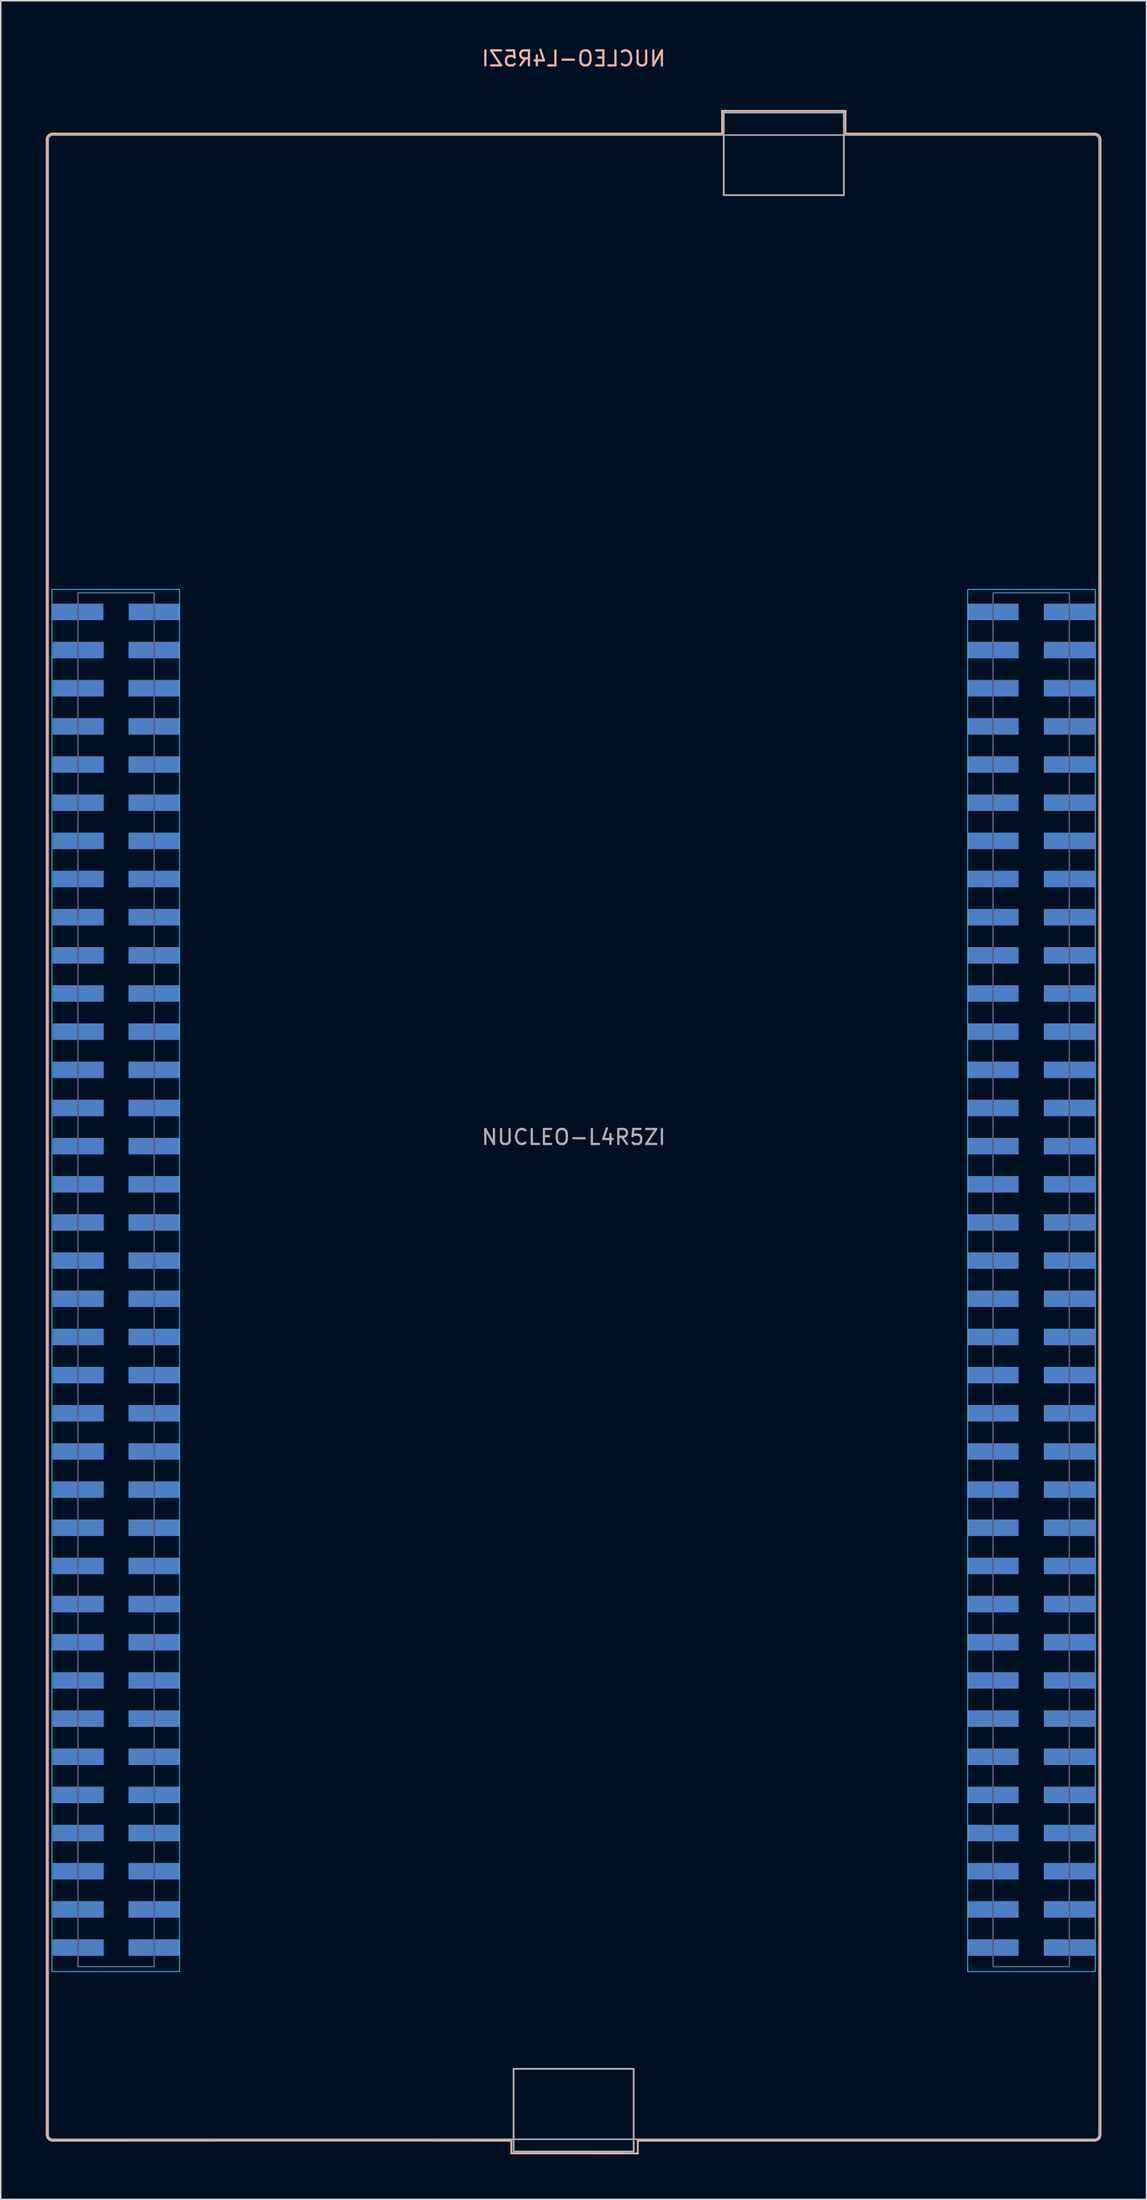
<source format=kicad_pcb>
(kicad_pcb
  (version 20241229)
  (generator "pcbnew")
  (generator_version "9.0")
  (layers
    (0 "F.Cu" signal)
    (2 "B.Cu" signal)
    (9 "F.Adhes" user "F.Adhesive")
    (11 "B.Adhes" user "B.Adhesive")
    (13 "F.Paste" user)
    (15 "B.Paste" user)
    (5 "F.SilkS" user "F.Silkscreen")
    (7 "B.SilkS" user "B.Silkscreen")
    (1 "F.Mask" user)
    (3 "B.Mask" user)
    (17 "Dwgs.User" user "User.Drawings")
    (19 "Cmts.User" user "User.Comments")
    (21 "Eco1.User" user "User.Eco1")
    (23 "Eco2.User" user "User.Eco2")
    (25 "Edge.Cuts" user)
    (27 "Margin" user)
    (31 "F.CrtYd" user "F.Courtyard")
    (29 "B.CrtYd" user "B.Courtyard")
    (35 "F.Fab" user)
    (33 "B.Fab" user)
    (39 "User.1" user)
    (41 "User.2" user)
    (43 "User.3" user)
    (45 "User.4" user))
  (footprint "NUCLEO-L4R5ZI"
    (layer "F.Cu")
    (at 3.41 37.678)
    (property "Reference" "NUCLEO-L4R5ZI" (at 31.75 -36.83 0) (layer "B.SilkS") (effects (font (size 1 1) (thickness 0.15)) (justify mirror)))
    (attr smd)
    (fp_line (start -3.35 -31.44) (end -3.35 101.36) (stroke (width 0.12) (type solid)) (layer "B.SilkS"))
    (fp_line (start 17.815 101.75) (end -2.95 101.76) (stroke (width 0.12) (type solid)) (layer "B.SilkS"))
    (fp_line (start 27.6 101.76) (end 17.815 101.75) (stroke (width 0.12) (type solid)) (layer "B.SilkS"))
    (fp_line (start 27.6 102.6) (end 27.6 101.8) (stroke (width 0.12) (type solid)) (layer "B.SilkS"))
    (fp_line (start 36 101.76) (end 66.45 101.76) (stroke (width 0.12) (type solid)) (layer "B.SilkS"))
    (fp_line (start 36.025 101.8) (end 36.025 102.603) (stroke (width 0.12) (type solid)) (layer "B.SilkS"))
    (fp_line (start 36.025 102.603) (end 27.6 102.6) (stroke (width 0.12) (type solid)) (layer "B.SilkS"))
    (fp_line (start 41.64 -33.35) (end 49.86 -33.35) (stroke (width 0.12) (type solid)) (layer "B.SilkS"))
    (fp_line (start 41.64 -31.84) (end -2.95 -31.84) (stroke (width 0.12) (type solid)) (layer "B.SilkS"))
    (fp_line (start 41.64 -31.84) (end 41.64 -33.35) (stroke (width 0.12) (type solid)) (layer "B.SilkS"))
    (fp_line (start 49.86 -33.35) (end 49.86 -31.84) (stroke (width 0.12) (type solid)) (layer "B.SilkS"))
    (fp_line (start 49.86 -31.84) (end 66.45 -31.84) (stroke (width 0.12) (type solid)) (layer "B.SilkS"))
    (fp_line (start 66.85 101.36) (end 66.85 -31.44) (stroke (width 0.12) (type solid)) (layer "B.SilkS"))
    (fp_arc (start -3.35 -31.44) (mid -3.232843 -31.722842) (end -2.95 -31.84) (stroke (width 0.12) (type solid)) (layer "B.SilkS"))
    (fp_arc (start -2.95 101.76) (mid -3.232842 101.642843) (end -3.35 101.36) (stroke (width 0.12) (type solid)) (layer "B.SilkS"))
    (fp_arc (start 66.45 -31.84) (mid 66.732842 -31.722843) (end 66.85 -31.44) (stroke (width 0.12) (type solid)) (layer "B.SilkS"))
    (fp_arc (start 66.85 101.36) (mid 66.732843 101.642842) (end 66.45 101.76) (stroke (width 0.12) (type solid)) (layer "B.SilkS"))
    (fp_rect (start -3 -1.5) (end 5.5 90.5) (stroke (width 0.05) (type default)) (fill no) (layer "B.CrtYd"))
    (fp_rect (start 58 -1.5) (end 66.5 90.5) (stroke (width 0.05) (type default)) (fill no) (layer "B.CrtYd"))
    (fp_rect (start -1.27 -1.27) (end 3.81 90.17) (stroke (width 0.1) (type default)) (fill no) (layer "B.Fab"))
    (fp_rect (start 59.69 -1.27) (end 64.77 90.17) (stroke (width 0.1) (type default)) (fill no) (layer "B.Fab"))
    (fp_line (start -3.25 101.36) (end -3.25 -31.44) (stroke (width 0.1) (type solid)) (layer "F.Fab"))
    (fp_line (start 27.75 102.475) (end 27.75 96.975) (stroke (width 0.12) (type solid)) (layer "F.Fab"))
    (fp_line (start 35.75 96.975) (end 27.75 96.975) (stroke (width 0.12) (type solid)) (layer "F.Fab"))
    (fp_line (start 35.75 96.975) (end 35.75 102.475) (stroke (width 0.12) (type solid)) (layer "F.Fab"))
    (fp_line (start 35.75 102.475) (end 27.75 102.475) (stroke (width 0.12) (type solid)) (layer "F.Fab"))
    (fp_line (start 41.75 -33.24) (end 49.75 -33.24) (stroke (width 0.12) (type solid)) (layer "F.Fab"))
    (fp_line (start 41.75 -27.74) (end 41.75 -33.24) (stroke (width 0.12) (type solid)) (layer "F.Fab"))
    (fp_line (start 41.75 -27.74) (end 49.75 -27.74) (stroke (width 0.12) (type solid)) (layer "F.Fab"))
    (fp_line (start 49.75 -33.24) (end 49.75 -27.74) (stroke (width 0.12) (type solid)) (layer "F.Fab"))
    (fp_line (start 66.45 -31.74) (end -2.95 -31.74) (stroke (width 0.1) (type solid)) (layer "F.Fab"))
    (fp_line (start 66.45 101.66) (end -2.95 101.66) (stroke (width 0.1) (type solid)) (layer "F.Fab"))
    (fp_line (start 66.75 101.36) (end 66.75 -31.44) (stroke (width 0.1) (type solid)) (layer "F.Fab"))
    (fp_arc (start -3.25 -31.44) (mid -3.162132 -31.652132) (end -2.95 -31.74) (stroke (width 0.1) (type solid)) (layer "F.Fab"))
    (fp_arc (start -2.95 101.66) (mid -3.162132 101.572132) (end -3.25 101.36) (stroke (width 0.1) (type solid)) (layer "F.Fab"))
    (fp_arc (start 66.45 -31.74) (mid 66.662132 -31.652132) (end 66.75 -31.44) (stroke (width 0.1) (type solid)) (layer "F.Fab"))
    (fp_arc (start 66.75 101.36) (mid 66.662132 101.572132) (end 66.45 101.66) (stroke (width 0.1) (type solid)) (layer "F.Fab"))
    (fp_text user "${REFERENCE}" (at 31.75 34.96 0) (layer "F.Fab") (effects (font (size 1 1) (thickness 0.15))))
    (pad "1" smd rect (at -1.27 0) (size 3.4 1.1) (layers "B.Cu" "B.Mask" "B.Paste"))
    (pad "2" smd rect (at 3.81 0) (size 3.4 1.1) (layers "B.Cu" "B.Mask" "B.Paste"))
    (pad "3" smd rect (at -1.25 2.54) (size 3.4 1.1) (layers "B.Cu" "B.Mask" "B.Paste"))
    (pad "4" smd rect (at 3.8 2.54) (size 3.4 1.1) (layers "B.Cu" "B.Mask" "B.Paste"))
    (pad "5" smd rect (at -1.25 5.08) (size 3.4 1.1) (layers "B.Cu" "B.Mask" "B.Paste"))
    (pad "6" smd rect (at 3.8 5.08) (size 3.4 1.1) (layers "B.Cu" "B.Mask" "B.Paste"))
    (pad "7" smd rect (at -1.25 7.62) (size 3.4 1.1) (layers "B.Cu" "B.Mask" "B.Paste"))
    (pad "8" smd rect (at 3.8 7.62) (size 3.4 1.1) (layers "B.Cu" "B.Mask" "B.Paste"))
    (pad "9" smd rect (at -1.25 10.16) (size 3.4 1.1) (layers "B.Cu" "B.Mask" "B.Paste"))
    (pad "10" smd rect (at 3.8 10.16) (size 3.4 1.1) (layers "B.Cu" "B.Mask" "B.Paste"))
    (pad "11" smd rect (at -1.25 12.7) (size 3.4 1.1) (layers "B.Cu" "B.Mask" "B.Paste"))
    (pad "12" smd rect (at 3.8 12.7) (size 3.4 1.1) (layers "B.Cu" "B.Mask" "B.Paste"))
    (pad "13" smd rect (at -1.25 15.24) (size 3.4 1.1) (layers "B.Cu" "B.Mask" "B.Paste"))
    (pad "14" smd rect (at 3.8 15.24) (size 3.4 1.1) (layers "B.Cu" "B.Mask" "B.Paste"))
    (pad "15" smd rect (at -1.25 17.78) (size 3.4 1.1) (layers "B.Cu" "B.Mask" "B.Paste"))
    (pad "16" smd rect (at 3.8 17.78) (size 3.4 1.1) (layers "B.Cu" "B.Mask" "B.Paste"))
    (pad "17" smd rect (at -1.25 20.32) (size 3.4 1.1) (layers "B.Cu" "B.Mask" "B.Paste"))
    (pad "18" smd rect (at 3.8 20.32) (size 3.4 1.1) (layers "B.Cu" "B.Mask" "B.Paste"))
    (pad "19" smd rect (at -1.25 22.86) (size 3.4 1.1) (layers "B.Cu" "B.Mask" "B.Paste"))
    (pad "20" smd rect (at 3.8 22.86) (size 3.4 1.1) (layers "B.Cu" "B.Mask" "B.Paste"))
    (pad "21" smd rect (at -1.25 25.4) (size 3.4 1.1) (layers "B.Cu" "B.Mask" "B.Paste"))
    (pad "22" smd rect (at 3.8 25.4) (size 3.4 1.1) (layers "B.Cu" "B.Mask" "B.Paste"))
    (pad "23" smd rect (at -1.25 27.94) (size 3.4 1.1) (layers "B.Cu" "B.Mask" "B.Paste"))
    (pad "24" smd rect (at 3.8 27.94) (size 3.4 1.1) (layers "B.Cu" "B.Mask" "B.Paste"))
    (pad "25" smd rect (at -1.25 30.48) (size 3.4 1.1) (layers "B.Cu" "B.Mask" "B.Paste"))
    (pad "26" smd rect (at 3.8 30.48) (size 3.4 1.1) (layers "B.Cu" "B.Mask" "B.Paste"))
    (pad "27" smd rect (at -1.25 33.02) (size 3.4 1.1) (layers "B.Cu" "B.Mask" "B.Paste"))
    (pad "28" smd rect (at 3.8 33.02) (size 3.4 1.1) (layers "B.Cu" "B.Mask" "B.Paste"))
    (pad "29" smd rect (at -1.25 35.56) (size 3.4 1.1) (layers "B.Cu" "B.Mask" "B.Paste"))
    (pad "30" smd rect (at 3.8 35.56) (size 3.4 1.1) (layers "B.Cu" "B.Mask" "B.Paste"))
    (pad "31" smd rect (at -1.25 38.1) (size 3.4 1.1) (layers "B.Cu" "B.Mask" "B.Paste"))
    (pad "32" smd rect (at 3.8 38.1) (size 3.4 1.1) (layers "B.Cu" "B.Mask" "B.Paste"))
    (pad "33" smd rect (at -1.25 40.64) (size 3.4 1.1) (layers "B.Cu" "B.Mask" "B.Paste"))
    (pad "34" smd rect (at 3.8 40.64) (size 3.4 1.1) (layers "B.Cu" "B.Mask" "B.Paste"))
    (pad "35" smd rect (at -1.25 43.18) (size 3.4 1.1) (layers "B.Cu" "B.Mask" "B.Paste"))
    (pad "36" smd rect (at 3.8 43.18) (size 3.4 1.1) (layers "B.Cu" "B.Mask" "B.Paste"))
    (pad "37" smd rect (at -1.25 45.72) (size 3.4 1.1) (layers "B.Cu" "B.Mask" "B.Paste"))
    (pad "38" smd rect (at 3.8 45.72) (size 3.4 1.1) (layers "B.Cu" "B.Mask" "B.Paste"))
    (pad "39" smd rect (at -1.25 48.26) (size 3.4 1.1) (layers "B.Cu" "B.Mask" "B.Paste"))
    (pad "40" smd rect (at 3.8 48.26) (size 3.4 1.1) (layers "B.Cu" "B.Mask" "B.Paste"))
    (pad "41" smd rect (at -1.25 50.8) (size 3.4 1.1) (layers "B.Cu" "B.Mask" "B.Paste"))
    (pad "42" smd rect (at 3.8 50.8) (size 3.4 1.1) (layers "B.Cu" "B.Mask" "B.Paste"))
    (pad "43" smd rect (at -1.25 53.34) (size 3.4 1.1) (layers "B.Cu" "B.Mask" "B.Paste"))
    (pad "44" smd rect (at 3.8 53.34) (size 3.4 1.1) (layers "B.Cu" "B.Mask" "B.Paste"))
    (pad "45" smd rect (at -1.25 55.88) (size 3.4 1.1) (layers "B.Cu" "B.Mask" "B.Paste"))
    (pad "46" smd rect (at 3.8 55.88) (size 3.4 1.1) (layers "B.Cu" "B.Mask" "B.Paste"))
    (pad "47" smd rect (at -1.25 58.42) (size 3.4 1.1) (layers "B.Cu" "B.Mask" "B.Paste"))
    (pad "48" smd rect (at 3.8 58.42) (size 3.4 1.1) (layers "B.Cu" "B.Mask" "B.Paste"))
    (pad "49" smd rect (at -1.25 60.96) (size 3.4 1.1) (layers "B.Cu" "B.Mask" "B.Paste"))
    (pad "50" smd rect (at 3.8 60.96) (size 3.4 1.1) (layers "B.Cu" "B.Mask" "B.Paste"))
    (pad "51" smd rect (at -1.25 63.5) (size 3.4 1.1) (layers "B.Cu" "B.Mask" "B.Paste"))
    (pad "52" smd rect (at 3.8 63.5) (size 3.4 1.1) (layers "B.Cu" "B.Mask" "B.Paste"))
    (pad "53" smd rect (at -1.25 66.04) (size 3.4 1.1) (layers "B.Cu" "B.Mask" "B.Paste"))
    (pad "54" smd rect (at 3.8 66.04) (size 3.4 1.1) (layers "B.Cu" "B.Mask" "B.Paste"))
    (pad "55" smd rect (at -1.25 68.58) (size 3.4 1.1) (layers "B.Cu" "B.Mask" "B.Paste"))
    (pad "56" smd rect (at 3.8 68.58) (size 3.4 1.1) (layers "B.Cu" "B.Mask" "B.Paste"))
    (pad "57" smd rect (at -1.25 71.12) (size 3.4 1.1) (layers "B.Cu" "B.Mask" "B.Paste"))
    (pad "58" smd rect (at 3.8 71.12) (size 3.4 1.1) (layers "B.Cu" "B.Mask" "B.Paste"))
    (pad "59" smd rect (at -1.25 73.66) (size 3.4 1.1) (layers "B.Cu" "B.Mask" "B.Paste"))
    (pad "60" smd rect (at 3.8 73.66) (size 3.4 1.1) (layers "B.Cu" "B.Mask" "B.Paste"))
    (pad "61" smd rect (at -1.25 76.2) (size 3.4 1.1) (layers "B.Cu" "B.Mask" "B.Paste"))
    (pad "62" smd rect (at 3.8 76.2) (size 3.4 1.1) (layers "B.Cu" "B.Mask" "B.Paste"))
    (pad "63" smd rect (at -1.25 78.74) (size 3.4 1.1) (layers "B.Cu" "B.Mask" "B.Paste"))
    (pad "64" smd rect (at 3.8 78.74) (size 3.4 1.1) (layers "B.Cu" "B.Mask" "B.Paste"))
    (pad "65" smd rect (at -1.25 81.28) (size 3.4 1.1) (layers "B.Cu" "B.Mask" "B.Paste"))
    (pad "66" smd rect (at 3.8 81.28) (size 3.4 1.1) (layers "B.Cu" "B.Mask" "B.Paste"))
    (pad "67" smd rect (at -1.25 83.82) (size 3.4 1.1) (layers "B.Cu" "B.Mask" "B.Paste"))
    (pad "68" smd rect (at 3.8 83.82) (size 3.4 1.1) (layers "B.Cu" "B.Mask" "B.Paste"))
    (pad "69" smd rect (at -1.25 86.36) (size 3.4 1.1) (layers "B.Cu" "B.Mask" "B.Paste"))
    (pad "70" smd rect (at 3.8 86.36) (size 3.4 1.1) (layers "B.Cu" "B.Mask" "B.Paste"))
    (pad "71" smd rect (at -1.25 88.9) (size 3.4 1.1) (layers "B.Cu" "B.Mask" "B.Paste"))
    (pad "72" smd rect (at 3.8 88.9) (size 3.4 1.1) (layers "B.Cu" "B.Mask" "B.Paste"))
    (pad "73" smd rect (at 59.69 0) (size 3.4 1.1) (layers "B.Cu" "B.Mask" "B.Paste"))
    (pad "74" smd rect (at 64.77 0) (size 3.4 1.1) (layers "B.Cu" "B.Mask" "B.Paste"))
    (pad "75" smd rect (at 59.69 2.54) (size 3.4 1.1) (layers "B.Cu" "B.Mask" "B.Paste"))
    (pad "76" smd rect (at 64.77 2.54) (size 3.4 1.1) (layers "B.Cu" "B.Mask" "B.Paste"))
    (pad "77" smd rect (at 59.69 5.08) (size 3.4 1.1) (layers "B.Cu" "B.Mask" "B.Paste"))
    (pad "78" smd rect (at 64.77 5.08) (size 3.4 1.1) (layers "B.Cu" "B.Mask" "B.Paste"))
    (pad "79" smd rect (at 59.69 7.62) (size 3.4 1.1) (layers "B.Cu" "B.Mask" "B.Paste"))
    (pad "80" smd rect (at 64.77 7.62) (size 3.4 1.1) (layers "B.Cu" "B.Mask" "B.Paste"))
    (pad "81" smd rect (at 59.69 10.16) (size 3.4 1.1) (layers "B.Cu" "B.Mask" "B.Paste"))
    (pad "82" smd rect (at 64.77 10.16) (size 3.4 1.1) (layers "B.Cu" "B.Mask" "B.Paste"))
    (pad "83" smd rect (at 59.69 12.7) (size 3.4 1.1) (layers "B.Cu" "B.Mask" "B.Paste"))
    (pad "84" smd rect (at 64.77 12.7) (size 3.4 1.1) (layers "B.Cu" "B.Mask" "B.Paste"))
    (pad "85" smd rect (at 59.69 15.24) (size 3.4 1.1) (layers "B.Cu" "B.Mask" "B.Paste"))
    (pad "86" smd rect (at 64.77 15.24) (size 3.4 1.1) (layers "B.Cu" "B.Mask" "B.Paste"))
    (pad "87" smd rect (at 59.69 17.78) (size 3.4 1.1) (layers "B.Cu" "B.Mask" "B.Paste"))
    (pad "88" smd rect (at 64.77 17.78) (size 3.4 1.1) (layers "B.Cu" "B.Mask" "B.Paste"))
    (pad "89" smd rect (at 59.69 20.32) (size 3.4 1.1) (layers "B.Cu" "B.Mask" "B.Paste"))
    (pad "90" smd rect (at 64.77 20.32) (size 3.4 1.1) (layers "B.Cu" "B.Mask" "B.Paste"))
    (pad "91" smd rect (at 59.69 22.86) (size 3.4 1.1) (layers "B.Cu" "B.Mask" "B.Paste"))
    (pad "92" smd rect (at 64.77 22.86) (size 3.4 1.1) (layers "B.Cu" "B.Mask" "B.Paste"))
    (pad "93" smd rect (at 59.69 25.4) (size 3.4 1.1) (layers "B.Cu" "B.Mask" "B.Paste"))
    (pad "94" smd rect (at 64.77 25.4) (size 3.4 1.1) (layers "B.Cu" "B.Mask" "B.Paste"))
    (pad "95" smd rect (at 59.69 27.94) (size 3.4 1.1) (layers "B.Cu" "B.Mask" "B.Paste"))
    (pad "96" smd rect (at 64.77 27.94) (size 3.4 1.1) (layers "B.Cu" "B.Mask" "B.Paste"))
    (pad "97" smd rect (at 59.69 30.48) (size 3.4 1.1) (layers "B.Cu" "B.Mask" "B.Paste"))
    (pad "98" smd rect (at 64.77 30.48) (size 3.4 1.1) (layers "B.Cu" "B.Mask" "B.Paste"))
    (pad "99" smd rect (at 59.69 33.02) (size 3.4 1.1) (layers "B.Cu" "B.Mask" "B.Paste"))
    (pad "100" smd rect (at 64.77 33.02) (size 3.4 1.1) (layers "B.Cu" "B.Mask" "B.Paste"))
    (pad "101" smd rect (at 59.69 35.56) (size 3.4 1.1) (layers "B.Cu" "B.Mask" "B.Paste"))
    (pad "102" smd rect (at 64.77 35.56) (size 3.4 1.1) (layers "B.Cu" "B.Mask" "B.Paste"))
    (pad "103" smd rect (at 59.69 38.1) (size 3.4 1.1) (layers "B.Cu" "B.Mask" "B.Paste"))
    (pad "104" smd rect (at 64.77 38.1) (size 3.4 1.1) (layers "B.Cu" "B.Mask" "B.Paste"))
    (pad "105" smd rect (at 59.69 40.64) (size 3.4 1.1) (layers "B.Cu" "B.Mask" "B.Paste"))
    (pad "106" smd rect (at 64.77 40.64) (size 3.4 1.1) (layers "B.Cu" "B.Mask" "B.Paste"))
    (pad "107" smd rect (at 59.69 43.18) (size 3.4 1.1) (layers "B.Cu" "B.Mask" "B.Paste"))
    (pad "108" smd rect (at 64.77 43.18) (size 3.4 1.1) (layers "B.Cu" "B.Mask" "B.Paste"))
    (pad "109" smd rect (at 59.69 45.72) (size 3.4 1.1) (layers "B.Cu" "B.Mask" "B.Paste"))
    (pad "110" smd rect (at 64.77 45.72) (size 3.4 1.1) (layers "B.Cu" "B.Mask" "B.Paste"))
    (pad "111" smd rect (at 59.69 48.26) (size 3.4 1.1) (layers "B.Cu" "B.Mask" "B.Paste"))
    (pad "112" smd rect (at 64.77 48.26) (size 3.4 1.1) (layers "B.Cu" "B.Mask" "B.Paste"))
    (pad "113" smd rect (at 59.69 50.8) (size 3.4 1.1) (layers "B.Cu" "B.Mask" "B.Paste"))
    (pad "114" smd rect (at 64.77 50.8) (size 3.4 1.1) (layers "B.Cu" "B.Mask" "B.Paste"))
    (pad "115" smd rect (at 59.69 53.34) (size 3.4 1.1) (layers "B.Cu" "B.Mask" "B.Paste"))
    (pad "116" smd rect (at 64.77 53.34) (size 3.4 1.1) (layers "B.Cu" "B.Mask" "B.Paste"))
    (pad "117" smd rect (at 59.69 55.88) (size 3.4 1.1) (layers "B.Cu" "B.Mask" "B.Paste"))
    (pad "118" smd rect (at 64.77 55.88) (size 3.4 1.1) (layers "B.Cu" "B.Mask" "B.Paste"))
    (pad "119" smd rect (at 59.69 58.42) (size 3.4 1.1) (layers "B.Cu" "B.Mask" "B.Paste"))
    (pad "120" smd rect (at 64.77 58.42) (size 3.4 1.1) (layers "B.Cu" "B.Mask" "B.Paste"))
    (pad "121" smd rect (at 59.69 60.96) (size 3.4 1.1) (layers "B.Cu" "B.Mask" "B.Paste"))
    (pad "122" smd rect (at 64.77 60.96) (size 3.4 1.1) (layers "B.Cu" "B.Mask" "B.Paste"))
    (pad "123" smd rect (at 59.69 63.5) (size 3.4 1.1) (layers "B.Cu" "B.Mask" "B.Paste"))
    (pad "124" smd rect (at 64.77 63.5) (size 3.4 1.1) (layers "B.Cu" "B.Mask" "B.Paste"))
    (pad "125" smd rect (at 59.69 66.04) (size 3.4 1.1) (layers "B.Cu" "B.Mask" "B.Paste"))
    (pad "126" smd rect (at 64.77 66.04) (size 3.4 1.1) (layers "B.Cu" "B.Mask" "B.Paste"))
    (pad "127" smd rect (at 59.69 68.58) (size 3.4 1.1) (layers "B.Cu" "B.Mask" "B.Paste"))
    (pad "128" smd rect (at 64.77 68.58) (size 3.4 1.1) (layers "B.Cu" "B.Mask" "B.Paste"))
    (pad "129" smd rect (at 59.69 71.12) (size 3.4 1.1) (layers "B.Cu" "B.Mask" "B.Paste"))
    (pad "130" smd rect (at 64.77 71.12) (size 3.4 1.1) (layers "B.Cu" "B.Mask" "B.Paste"))
    (pad "131" smd rect (at 59.69 73.66) (size 3.4 1.1) (layers "B.Cu" "B.Mask" "B.Paste"))
    (pad "132" smd rect (at 64.77 73.66) (size 3.4 1.1) (layers "B.Cu" "B.Mask" "B.Paste"))
    (pad "133" smd rect (at 59.69 76.2) (size 3.4 1.1) (layers "B.Cu" "B.Mask" "B.Paste"))
    (pad "134" smd rect (at 64.77 76.2) (size 3.4 1.1) (layers "B.Cu" "B.Mask" "B.Paste"))
    (pad "135" smd rect (at 59.69 78.74) (size 3.4 1.1) (layers "B.Cu" "B.Mask" "B.Paste"))
    (pad "136" smd rect (at 64.77 78.74) (size 3.4 1.1) (layers "B.Cu" "B.Mask" "B.Paste"))
    (pad "137" smd rect (at 59.69 81.28) (size 3.4 1.1) (layers "B.Cu" "B.Mask" "B.Paste"))
    (pad "138" smd rect (at 64.77 81.28) (size 3.4 1.1) (layers "B.Cu" "B.Mask" "B.Paste"))
    (pad "139" smd rect (at 59.69 83.82) (size 3.4 1.1) (layers "B.Cu" "B.Mask" "B.Paste"))
    (pad "140" smd rect (at 64.77 83.82) (size 3.4 1.1) (layers "B.Cu" "B.Mask" "B.Paste"))
    (pad "141" smd rect (at 59.69 86.36) (size 3.4 1.1) (layers "B.Cu" "B.Mask" "B.Paste"))
    (pad "142" smd rect (at 64.77 86.36) (size 3.4 1.1) (layers "B.Cu" "B.Mask" "B.Paste"))
    (pad "143" smd rect (at 59.69 88.9) (size 3.4 1.1) (layers "B.Cu" "B.Mask" "B.Paste"))
    (pad "144" smd rect (at 64.77 88.9) (size 3.4 1.1) (layers "B.Cu" "B.Mask" "B.Paste")))
  (gr_rect
    (start -3 -3)
    (end 73.32 143.341)
    (stroke (width 0.1) (type default))
    (fill no)
    (layer "Edge.Cuts")))
</source>
